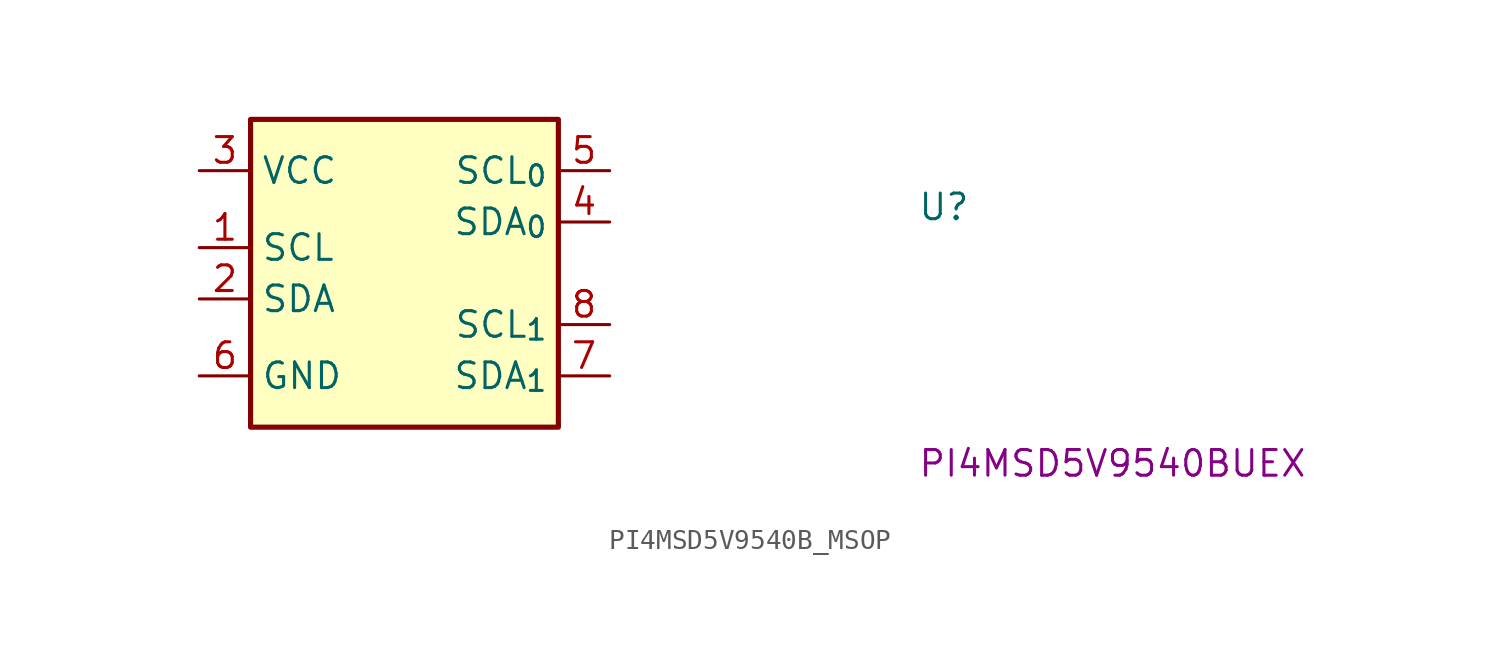
<source format=kicad_sym>
(kicad_symbol_lib
  (version 20220914)
  (generator kicad_symbol_editor)
  (symbol "PI4MSD5V9540B_MSOP"
    (property "Reference" "U"
      (at 35.56 -2.54 0)
      (effects (font (size 1.27 1.27) (thickness 0.15)) (justify left bottom)))
    (property "MPN" "PI4MSD5V9540BUEX"
      (at 35.56 -15.24 0)
      (effects (font (size 1.27 1.27) (thickness 0.15)) (justify left bottom)))
    (symbol "PI4MSD5V9540B_MSOP_1_1"
      (rectangle (start 2.54 -12.7) (end 17.78 2.54) (stroke (width 0.254) (type default)) (fill (type background)))
      (pin bidirectional line (at 0 -3.81 0) (length 2.54) (name "SCL" (effects (font (size 1.27 1.27)))) (number "1" (effects (font (size 1.27 1.27)))))
      (pin bidirectional line (at 0 -6.35 0) (length 2.54) (name "SDA" (effects (font (size 1.27 1.27)))) (number "2" (effects (font (size 1.27 1.27)))))
      (pin bidirectional line (at 0 0 0) (length 2.54) (name "VCC" (effects (font (size 1.27 1.27)))) (number "3" (effects (font (size 1.27 1.27)))))
      (pin bidirectional line (at 20.32 -2.54 180) (length 2.54) (name "SDA_{0}" (effects (font (size 1.27 1.27)))) (number "4" (effects (font (size 1.27 1.27)))))
      (pin bidirectional line (at 20.32 0 180) (length 2.54) (name "SCL_{0}" (effects (font (size 1.27 1.27)))) (number "5" (effects (font (size 1.27 1.27)))))
      (pin bidirectional line (at 0 -10.16 0) (length 2.54) (name "GND" (effects (font (size 1.27 1.27)))) (number "6" (effects (font (size 1.27 1.27)))))
      (pin bidirectional line (at 20.32 -10.16 180) (length 2.54) (name "SDA_{1}" (effects (font (size 1.27 1.27)))) (number "7" (effects (font (size 1.27 1.27)))))
      (pin bidirectional line (at 20.32 -7.62 180) (length 2.54) (name "SCL_{1}" (effects (font (size 1.27 1.27)))) (number "8" (effects (font (size 1.27 1.27))))))))
</source>
